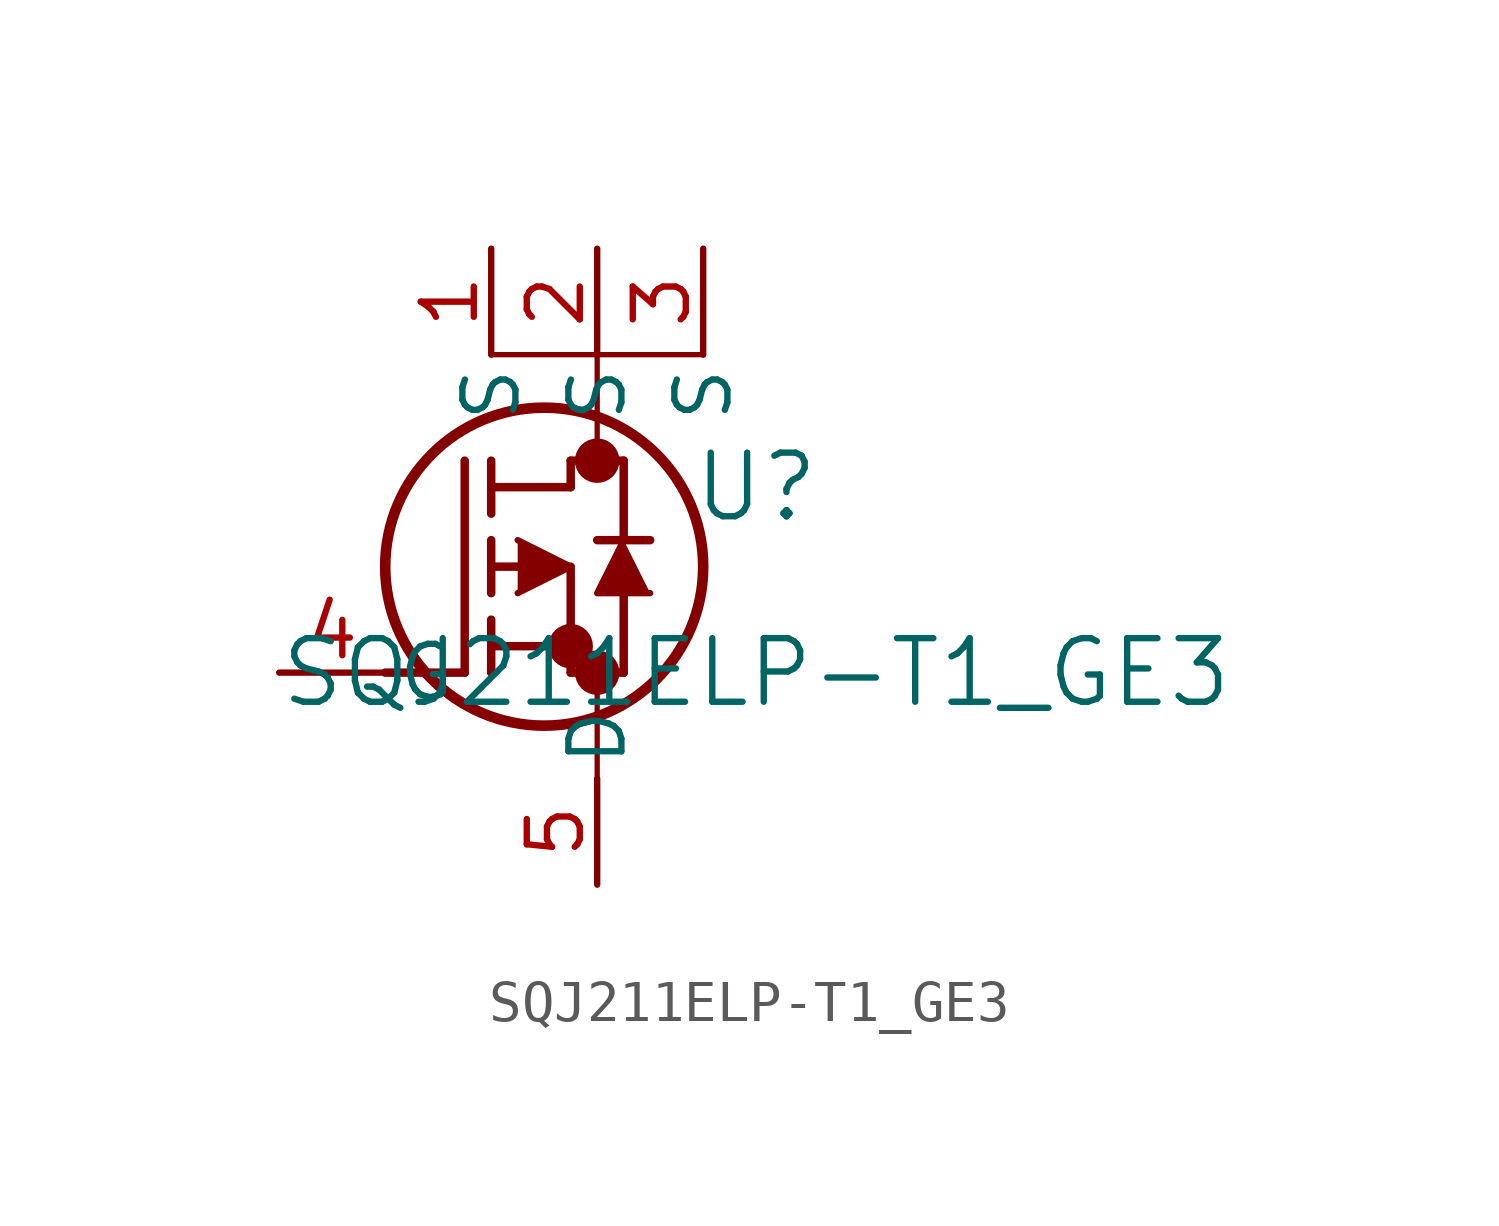
<source format=kicad_sym>
(kicad_symbol_lib
  (version 20211014)
  (generator kicad_symbol_editor)
  (symbol "SQJ211ELP-T1_GE3"
    (pin_names
      (offset 0.254))
    (property "Reference" "U"
      (at 11.43 4.445 0)
      (effects (font (size 1.524 1.524))))
    (property "Value" "SQJ211ELP-T1_GE3"
      (at 11.43 0 0)
      (effects (font (size 1.524 1.524))))
    (symbol "SQJ211ELP-T1_GE3_0_1"
      (circle (center 7.62 5.08) (radius 0.025) (stroke (width 0.508) (type default) (color 0 0 0 0)) (fill (type none)))
      (circle (center 7.62 0) (radius 0.025) (stroke (width 0.508) (type default) (color 0 0 0 0)) (fill (type none)))
      (circle (center 6.985 0.635) (radius 0.025) (stroke (width 0.508) (type default) (color 0 0 0 0)) (fill (type none)))
      (circle (center 6.35 2.54) (radius 3.81) (stroke (width 0.254) (type default) (color 0 0 0 0)) (fill (type none)))
      (polyline (pts (xy 2.54 0) (xy 4.445 0)) (stroke (width 0.203) (type default) (color 0 0 0 0)) (fill (type none)))
      (polyline (pts (xy 4.445 0) (xy 4.445 5.08)) (stroke (width 0.203) (type default) (color 0 0 0 0)) (fill (type none)))
      (polyline (pts (xy 5.08 1.905) (xy 5.08 3.175)) (stroke (width 0.203) (type default) (color 0 0 0 0)) (fill (type none)))
      (polyline (pts (xy 5.08 0) (xy 5.08 1.27)) (stroke (width 0.203) (type default) (color 0 0 0 0)) (fill (type none)))
      (polyline (pts (xy 5.08 3.81) (xy 5.08 5.08)) (stroke (width 0.203) (type default) (color 0 0 0 0)) (fill (type none)))
      (polyline (pts (xy 5.715 2.54) (xy 5.08 2.54)) (stroke (width 0.203) (type default) (color 0 0 0 0)) (fill (type none)))
      (polyline (pts (xy 5.08 0.635) (xy 6.985 0.635)) (stroke (width 0.203) (type default) (color 0 0 0 0)) (fill (type none)))
      (polyline (pts (xy 6.985 0) (xy 6.985 2.54)) (stroke (width 0.203) (type default) (color 0 0 0 0)) (fill (type none)))
      (polyline (pts (xy 6.985 0) (xy 8.255 0)) (stroke (width 0.203) (type default) (color 0 0 0 0)) (fill (type none)))
      (polyline (pts (xy 5.08 4.445) (xy 6.985 4.445)) (stroke (width 0.203) (type default) (color 0 0 0 0)) (fill (type none)))
      (polyline (pts (xy 8.255 3.175) (xy 8.255 5.08)) (stroke (width 0.203) (type default) (color 0 0 0 0)) (fill (type none)))
      (polyline (pts (xy 5.715 1.905) (xy 6.985 2.54) (xy 5.715 3.175)) (stroke (width 0) (type default) (color 0 0 0 0)) (fill (type outline)))
      (polyline (pts (xy 8.89 1.905) (xy 7.62 1.905) (xy 8.255 3.175)) (stroke (width 0) (type default) (color 0 0 0 0)) (fill (type outline)))
      (polyline (pts (xy 8.255 0) (xy 8.255 1.905)) (stroke (width 0.203) (type default) (color 0 0 0 0)) (fill (type none)))
      (polyline (pts (xy 8.89 3.175) (xy 7.62 3.175)) (stroke (width 0.203) (type default) (color 0 0 0 0)) (fill (type none)))
      (polyline (pts (xy 6.985 5.08) (xy 8.255 5.08)) (stroke (width 0.203) (type default) (color 0 0 0 0)) (fill (type none)))
      (polyline (pts (xy 6.985 4.445) (xy 6.985 5.08)) (stroke (width 0.203) (type default) (color 0 0 0 0)) (fill (type none)))
      (polyline (pts (xy 5.08 7.62) (xy 10.16 7.62)) (stroke (width 0.127) (type default) (color 0 0 0 0)) (fill (type none)))
      (polyline (pts (xy 7.62 -2.54) (xy 7.62 0)) (stroke (width 0.127) (type default) (color 0 0 0 0)) (fill (type none)))
      (polyline (pts (xy 7.62 7.62) (xy 7.62 5.08)) (stroke (width 0.127) (type default) (color 0 0 0 0)) (fill (type none)))
      (pin unspecified line (at 5.08 10.16 270) (length 2.54) (name "S" (effects (font (size 1.27 1.27)))) (number "1" (effects (font (size 1.27 1.27)))))
      (pin unspecified line (at 7.62 10.16 270) (length 2.54) (name "S" (effects (font (size 1.27 1.27)))) (number "2" (effects (font (size 1.27 1.27)))))
      (pin unspecified line (at 10.16 10.16 270) (length 2.54) (name "S" (effects (font (size 1.27 1.27)))) (number "3" (effects (font (size 1.27 1.27)))))
      (pin unspecified line (at 0 0 0) (length 2.54) (name "G" (effects (font (size 1.27 1.27)))) (number "4" (effects (font (size 1.27 1.27)))))
      (pin unspecified line (at 7.62 -5.08 90) (length 2.54) (name "D" (effects (font (size 1.27 1.27)))) (number "5" (effects (font (size 1.27 1.27))))))))
</source>
